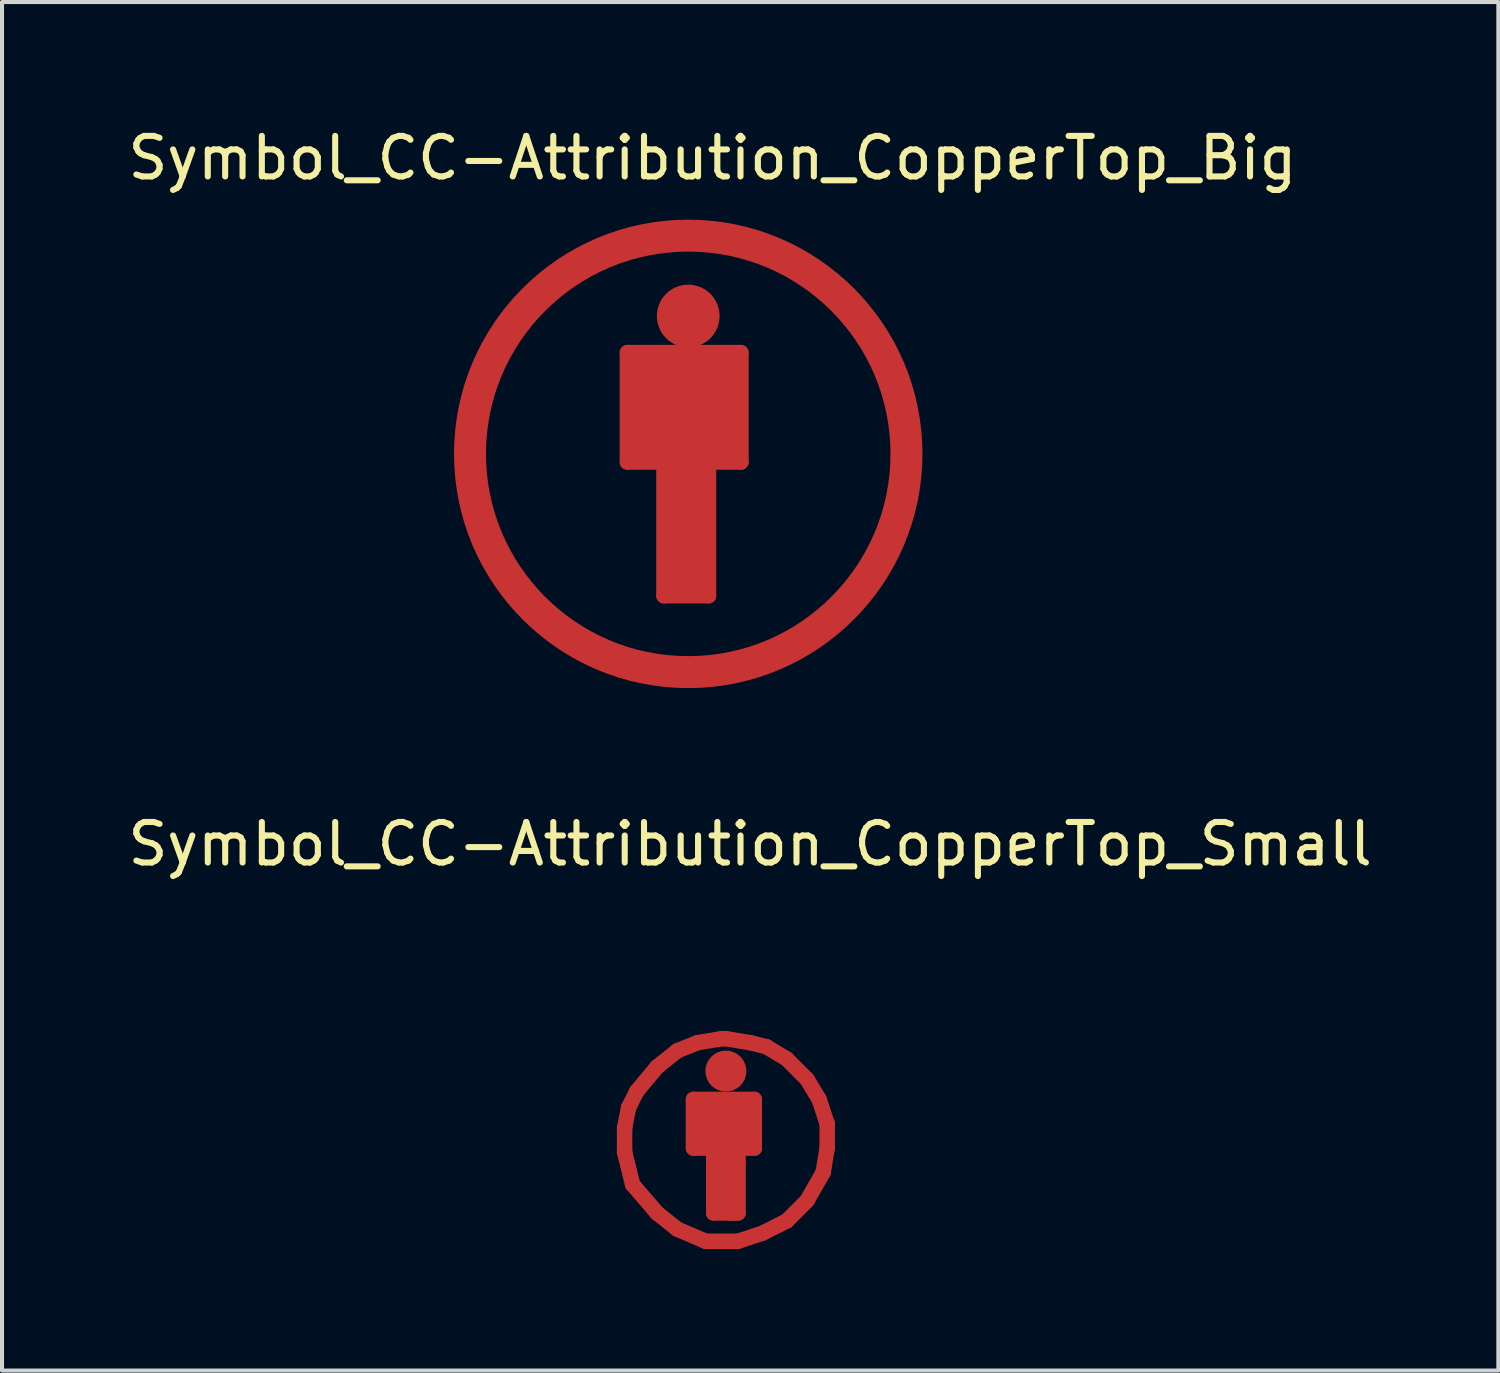
<source format=kicad_pcb>
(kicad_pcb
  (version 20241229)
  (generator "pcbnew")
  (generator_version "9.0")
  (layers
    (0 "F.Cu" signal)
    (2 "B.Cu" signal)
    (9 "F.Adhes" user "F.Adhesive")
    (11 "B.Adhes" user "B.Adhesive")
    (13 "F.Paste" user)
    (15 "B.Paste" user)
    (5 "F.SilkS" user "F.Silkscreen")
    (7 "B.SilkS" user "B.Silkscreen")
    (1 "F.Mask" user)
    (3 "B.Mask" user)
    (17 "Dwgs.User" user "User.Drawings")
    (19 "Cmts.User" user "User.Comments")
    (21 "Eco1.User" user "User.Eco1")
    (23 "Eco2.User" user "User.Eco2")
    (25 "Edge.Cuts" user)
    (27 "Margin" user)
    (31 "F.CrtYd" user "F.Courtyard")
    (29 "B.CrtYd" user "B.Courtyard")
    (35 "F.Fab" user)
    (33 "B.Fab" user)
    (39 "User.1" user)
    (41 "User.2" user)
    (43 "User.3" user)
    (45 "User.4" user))
  (footprint "Symbol_CC-Attribution_CopperTop_Big"
    (layer "F.Cu")
    (at 13.93 8.148)
    (property "Reference" "Symbol_CC-Attribution_CopperTop_Big" (at 0.599 -7.3 0) (layer "F.SilkS") (effects (font (size 1 1) (thickness 0.15))))
    (attr through_hole)
    (fp_line (start -5.4 0.099) (end -5.199 1.3) (stroke (width 0.381) (type solid)) (layer "F.Cu"))
    (fp_line (start -5.301 -1.1) (end -5.4 0.099) (stroke (width 0.381) (type solid)) (layer "F.Cu"))
    (fp_line (start -5.199 1.3) (end -4.801 2.4) (stroke (width 0.381) (type solid)) (layer "F.Cu"))
    (fp_line (start -5.001 -2.101) (end -5.301 -1.1) (stroke (width 0.381) (type solid)) (layer "F.Cu"))
    (fp_line (start -4.801 2.4) (end -3.8 3.899) (stroke (width 0.381) (type solid)) (layer "F.Cu"))
    (fp_line (start -4.501 -3) (end -5.001 -2.101) (stroke (width 0.381) (type solid)) (layer "F.Cu"))
    (fp_line (start -4 -3.599) (end -4.501 -3) (stroke (width 0.381) (type solid)) (layer "F.Cu"))
    (fp_line (start -3.8 3.899) (end -2.601 4.801) (stroke (width 0.381) (type solid)) (layer "F.Cu"))
    (fp_line (start -3.299 -4.201) (end -4 -3.599) (stroke (width 0.381) (type solid)) (layer "F.Cu"))
    (fp_line (start -2.7 -4.699) (end -3.299 -4.201) (stroke (width 0.381) (type solid)) (layer "F.Cu"))
    (fp_line (start -2.601 4.801) (end -1.3 5.301) (stroke (width 0.381) (type solid)) (layer "F.Cu"))
    (fp_line (start -1.999 -4.9) (end -2.7 -4.699) (stroke (width 0.381) (type solid)) (layer "F.Cu"))
    (fp_line (start -1.501 -2.499) (end 1.3 -2.499) (stroke (width 0.381) (type solid)) (layer "F.Cu"))
    (fp_line (start -1.501 0.201) (end -1.501 -2.499) (stroke (width 0.381) (type solid)) (layer "F.Cu"))
    (fp_line (start -1.4 -2.2) (end 1.1 -2.2) (stroke (width 0.381) (type solid)) (layer "F.Cu"))
    (fp_line (start -1.4 -1.9) (end -1.4 -1.501) (stroke (width 0.381) (type solid)) (layer "F.Cu"))
    (fp_line (start -1.4 -1.6) (end 1.199 -1.6) (stroke (width 0.381) (type solid)) (layer "F.Cu"))
    (fp_line (start -1.4 -1.501) (end -1.4 -1.6) (stroke (width 0.381) (type solid)) (layer "F.Cu"))
    (fp_line (start -1.4 -0.8) (end -1.4 -0.5) (stroke (width 0.381) (type solid)) (layer "F.Cu"))
    (fp_line (start -1.4 -0.5) (end 1.1 -0.5) (stroke (width 0.381) (type solid)) (layer "F.Cu"))
    (fp_line (start -1.4 -0.3) (end -1.4 -0.099) (stroke (width 0.381) (type solid)) (layer "F.Cu"))
    (fp_line (start -1.4 -0.099) (end 1.1 -0.099) (stroke (width 0.381) (type solid)) (layer "F.Cu"))
    (fp_line (start -1.3 -5.1) (end -1.999 -4.9) (stroke (width 0.381) (type solid)) (layer "F.Cu"))
    (fp_line (start -1.3 -1.3) (end -1.3 -1.1) (stroke (width 0.381) (type solid)) (layer "F.Cu"))
    (fp_line (start -1.3 -1.1) (end 1.1 -1.1) (stroke (width 0.381) (type solid)) (layer "F.Cu"))
    (fp_line (start -1.3 5.301) (end 0.099 5.301) (stroke (width 0.381) (type solid)) (layer "F.Cu"))
    (fp_line (start -0.599 0.3) (end -0.599 3.5) (stroke (width 0.381) (type solid)) (layer "F.Cu"))
    (fp_line (start -0.599 3.5) (end 0.5 3.5) (stroke (width 0.381) (type solid)) (layer "F.Cu"))
    (fp_line (start -0.5 -5.4) (end -1.3 -5.1) (stroke (width 0.381) (type solid)) (layer "F.Cu"))
    (fp_line (start -0.399 0.3) (end -0.399 3.299) (stroke (width 0.381) (type solid)) (layer "F.Cu"))
    (fp_line (start -0.399 3.299) (end -0.201 3.299) (stroke (width 0.381) (type solid)) (layer "F.Cu"))
    (fp_line (start -0.3 -3.8) (end -0.3 -3.099) (stroke (width 0.381) (type solid)) (layer "F.Cu"))
    (fp_line (start -0.201 0.3) (end 0.099 0.3) (stroke (width 0.381) (type solid)) (layer "F.Cu"))
    (fp_line (start -0.201 3.299) (end -0.201 0.3) (stroke (width 0.381) (type solid)) (layer "F.Cu"))
    (fp_line (start 0 -5.4) (end -0.5 -5.4) (stroke (width 0.381) (type solid)) (layer "F.Cu"))
    (fp_line (start 0 -3.8) (end 0 -3) (stroke (width 0.381) (type solid)) (layer "F.Cu"))
    (fp_line (start 0.099 0.3) (end 0.099 3.401) (stroke (width 0.381) (type solid)) (layer "F.Cu"))
    (fp_line (start 0.099 3.401) (end 0.3 3.401) (stroke (width 0.381) (type solid)) (layer "F.Cu"))
    (fp_line (start 0.099 5.301) (end 1.6 5.199) (stroke (width 0.381) (type solid)) (layer "F.Cu"))
    (fp_line (start 0.3 -3.8) (end 0.3 -3) (stroke (width 0.381) (type solid)) (layer "F.Cu"))
    (fp_line (start 0.3 3.401) (end 0.3 0.3) (stroke (width 0.381) (type solid)) (layer "F.Cu"))
    (fp_line (start 0.5 3.5) (end 0.5 0.3) (stroke (width 0.381) (type solid)) (layer "F.Cu"))
    (fp_line (start 1.1 -1.1) (end 1.1 -0.8) (stroke (width 0.381) (type solid)) (layer "F.Cu"))
    (fp_line (start 1.1 -0.8) (end -1.4 -0.8) (stroke (width 0.381) (type solid)) (layer "F.Cu"))
    (fp_line (start 1.1 -0.5) (end 1.1 -0.3) (stroke (width 0.381) (type solid)) (layer "F.Cu"))
    (fp_line (start 1.1 -0.3) (end -1.4 -0.3) (stroke (width 0.381) (type solid)) (layer "F.Cu"))
    (fp_line (start 1.199 -1.9) (end -1.4 -1.9) (stroke (width 0.381) (type solid)) (layer "F.Cu"))
    (fp_line (start 1.199 -1.6) (end 1.199 -1.3) (stroke (width 0.381) (type solid)) (layer "F.Cu"))
    (fp_line (start 1.199 -1.3) (end -1.3 -1.3) (stroke (width 0.381) (type solid)) (layer "F.Cu"))
    (fp_line (start 1.3 -2.499) (end 1.3 0.201) (stroke (width 0.381) (type solid)) (layer "F.Cu"))
    (fp_line (start 1.3 0.201) (end -1.501 0.201) (stroke (width 0.381) (type solid)) (layer "F.Cu"))
    (fp_line (start 1.4 -5.199) (end 0 -5.301) (stroke (width 0.381) (type solid)) (layer "F.Cu"))
    (fp_line (start 1.6 5.199) (end 2.601 4.699) (stroke (width 0.381) (type solid)) (layer "F.Cu"))
    (fp_line (start 2.4 -4.801) (end 1.4 -5.199) (stroke (width 0.381) (type solid)) (layer "F.Cu"))
    (fp_line (start 2.601 4.699) (end 4.201 3.401) (stroke (width 0.381) (type solid)) (layer "F.Cu"))
    (fp_line (start 3.401 -4.1) (end 2.4 -4.801) (stroke (width 0.381) (type solid)) (layer "F.Cu"))
    (fp_line (start 4.201 3.401) (end 5.001 1.801) (stroke (width 0.381) (type solid)) (layer "F.Cu"))
    (fp_line (start 4.699 -2.499) (end 3.401 -4.1) (stroke (width 0.381) (type solid)) (layer "F.Cu"))
    (fp_line (start 5.001 1.801) (end 5.4 0.3) (stroke (width 0.381) (type solid)) (layer "F.Cu"))
    (fp_line (start 5.199 -1.4) (end 4.699 -2.499) (stroke (width 0.381) (type solid)) (layer "F.Cu"))
    (fp_line (start 5.4 0.3) (end 5.199 -1.4) (stroke (width 0.381) (type solid)) (layer "F.Cu"))
    (fp_circle (center 0 -3.401) (end 0.3 -2.901) (stroke (width 0.381) (type solid)) (fill no) (layer "F.Cu"))
    (fp_circle (center 0 0) (end 5.08 1.016) (stroke (width 0.381) (type solid)) (fill no) (layer "F.Cu"))
    (fp_circle (center 0 0) (end 5.588 0) (stroke (width 0.381) (type solid)) (fill no) (layer "F.Cu")))
  (footprint "Symbol_CC-Attribution_CopperTop_Small"
    (layer "F.Cu")
    (at 14.859 25.075)
    (property "Reference" "Symbol_CC-Attribution_CopperTop_Small" (at 0.599 -7.3 0) (layer "F.SilkS") (effects (font (size 1 1) (thickness 0.15))))
    (attr through_hole)
    (fp_line (start -2.499 -0.3) (end -2.499 0.3) (stroke (width 0.381) (type solid)) (layer "F.Cu"))
    (fp_line (start -2.499 0.3) (end -2.301 1.1) (stroke (width 0.381) (type solid)) (layer "F.Cu"))
    (fp_line (start -2.4 -0.8) (end -2.499 -0.3) (stroke (width 0.381) (type solid)) (layer "F.Cu"))
    (fp_line (start -2.301 1.1) (end -1.699 1.801) (stroke (width 0.381) (type solid)) (layer "F.Cu"))
    (fp_line (start -2.2 -1.199) (end -2.4 -0.8) (stroke (width 0.381) (type solid)) (layer "F.Cu"))
    (fp_line (start -1.699 -1.801) (end -2.2 -1.199) (stroke (width 0.381) (type solid)) (layer "F.Cu"))
    (fp_line (start -1.699 1.801) (end -1.199 2.2) (stroke (width 0.381) (type solid)) (layer "F.Cu"))
    (fp_line (start -1.199 -2.2) (end -1.699 -1.801) (stroke (width 0.381) (type solid)) (layer "F.Cu"))
    (fp_line (start -1.199 2.2) (end -0.5 2.499) (stroke (width 0.381) (type solid)) (layer "F.Cu"))
    (fp_line (start -0.8 -1.001) (end 0.701 -1.001) (stroke (width 0.381) (type solid)) (layer "F.Cu"))
    (fp_line (start -0.8 -0.099) (end 0.5 -0.099) (stroke (width 0.381) (type solid)) (layer "F.Cu"))
    (fp_line (start -0.8 0.201) (end -0.8 -1.001) (stroke (width 0.381) (type solid)) (layer "F.Cu"))
    (fp_line (start -0.701 -2.4) (end -1.199 -2.2) (stroke (width 0.381) (type solid)) (layer "F.Cu"))
    (fp_line (start -0.701 -0.701) (end 0.599 -0.701) (stroke (width 0.381) (type solid)) (layer "F.Cu"))
    (fp_line (start -0.5 2.499) (end 0.3 2.499) (stroke (width 0.381) (type solid)) (layer "F.Cu"))
    (fp_line (start -0.3 0.3) (end -0.3 1.801) (stroke (width 0.381) (type solid)) (layer "F.Cu"))
    (fp_line (start -0.3 1.801) (end 0.201 1.801) (stroke (width 0.381) (type solid)) (layer "F.Cu"))
    (fp_line (start -0.099 -2.499) (end -0.701 -2.4) (stroke (width 0.381) (type solid)) (layer "F.Cu"))
    (fp_line (start 0 -2.499) (end -0.099 -2.499) (stroke (width 0.381) (type solid)) (layer "F.Cu"))
    (fp_line (start 0 -1.9) (end 0 -1.501) (stroke (width 0.381) (type solid)) (layer "F.Cu"))
    (fp_line (start 0 0.3) (end 0 1.6) (stroke (width 0.381) (type solid)) (layer "F.Cu"))
    (fp_line (start 0.099 1.801) (end 0.3 1.801) (stroke (width 0.381) (type solid)) (layer "F.Cu"))
    (fp_line (start 0.3 1.801) (end 0.3 0.201) (stroke (width 0.381) (type solid)) (layer "F.Cu"))
    (fp_line (start 0.3 2.499) (end 0.899 2.301) (stroke (width 0.381) (type solid)) (layer "F.Cu"))
    (fp_line (start 0.5 -0.399) (end -0.701 -0.399) (stroke (width 0.381) (type solid)) (layer "F.Cu"))
    (fp_line (start 0.599 -2.4) (end 0 -2.499) (stroke (width 0.381) (type solid)) (layer "F.Cu"))
    (fp_line (start 0.701 -1.001) (end 0.701 0.201) (stroke (width 0.381) (type solid)) (layer "F.Cu"))
    (fp_line (start 0.701 0.201) (end -0.8 0.201) (stroke (width 0.381) (type solid)) (layer "F.Cu"))
    (fp_line (start 0.899 2.301) (end 1.501 1.999) (stroke (width 0.381) (type solid)) (layer "F.Cu"))
    (fp_line (start 1.001 -2.301) (end 0.599 -2.4) (stroke (width 0.381) (type solid)) (layer "F.Cu"))
    (fp_line (start 1.501 -1.999) (end 1.001 -2.301) (stroke (width 0.381) (type solid)) (layer "F.Cu"))
    (fp_line (start 1.501 1.999) (end 1.999 1.501) (stroke (width 0.381) (type solid)) (layer "F.Cu"))
    (fp_line (start 1.999 -1.501) (end 1.501 -1.999) (stroke (width 0.381) (type solid)) (layer "F.Cu"))
    (fp_line (start 1.999 1.501) (end 2.4 0.8) (stroke (width 0.381) (type solid)) (layer "F.Cu"))
    (fp_line (start 2.301 -1.001) (end 1.999 -1.501) (stroke (width 0.381) (type solid)) (layer "F.Cu"))
    (fp_line (start 2.4 0.8) (end 2.499 0.201) (stroke (width 0.381) (type solid)) (layer "F.Cu"))
    (fp_line (start 2.499 -0.399) (end 2.301 -1.001) (stroke (width 0.381) (type solid)) (layer "F.Cu"))
    (fp_line (start 2.499 0.201) (end 2.499 -0.399) (stroke (width 0.381) (type solid)) (layer "F.Cu"))
    (fp_circle (center 0 -1.699) (end 0.099 -1.4) (stroke (width 0.381) (type solid)) (fill no) (layer "F.Cu")))
  (gr_rect
    (start -3 -3)
    (end 33.917 30.765)
    (stroke (width 0.1) (type default))
    (fill no)
    (layer "Edge.Cuts")))
</source>
